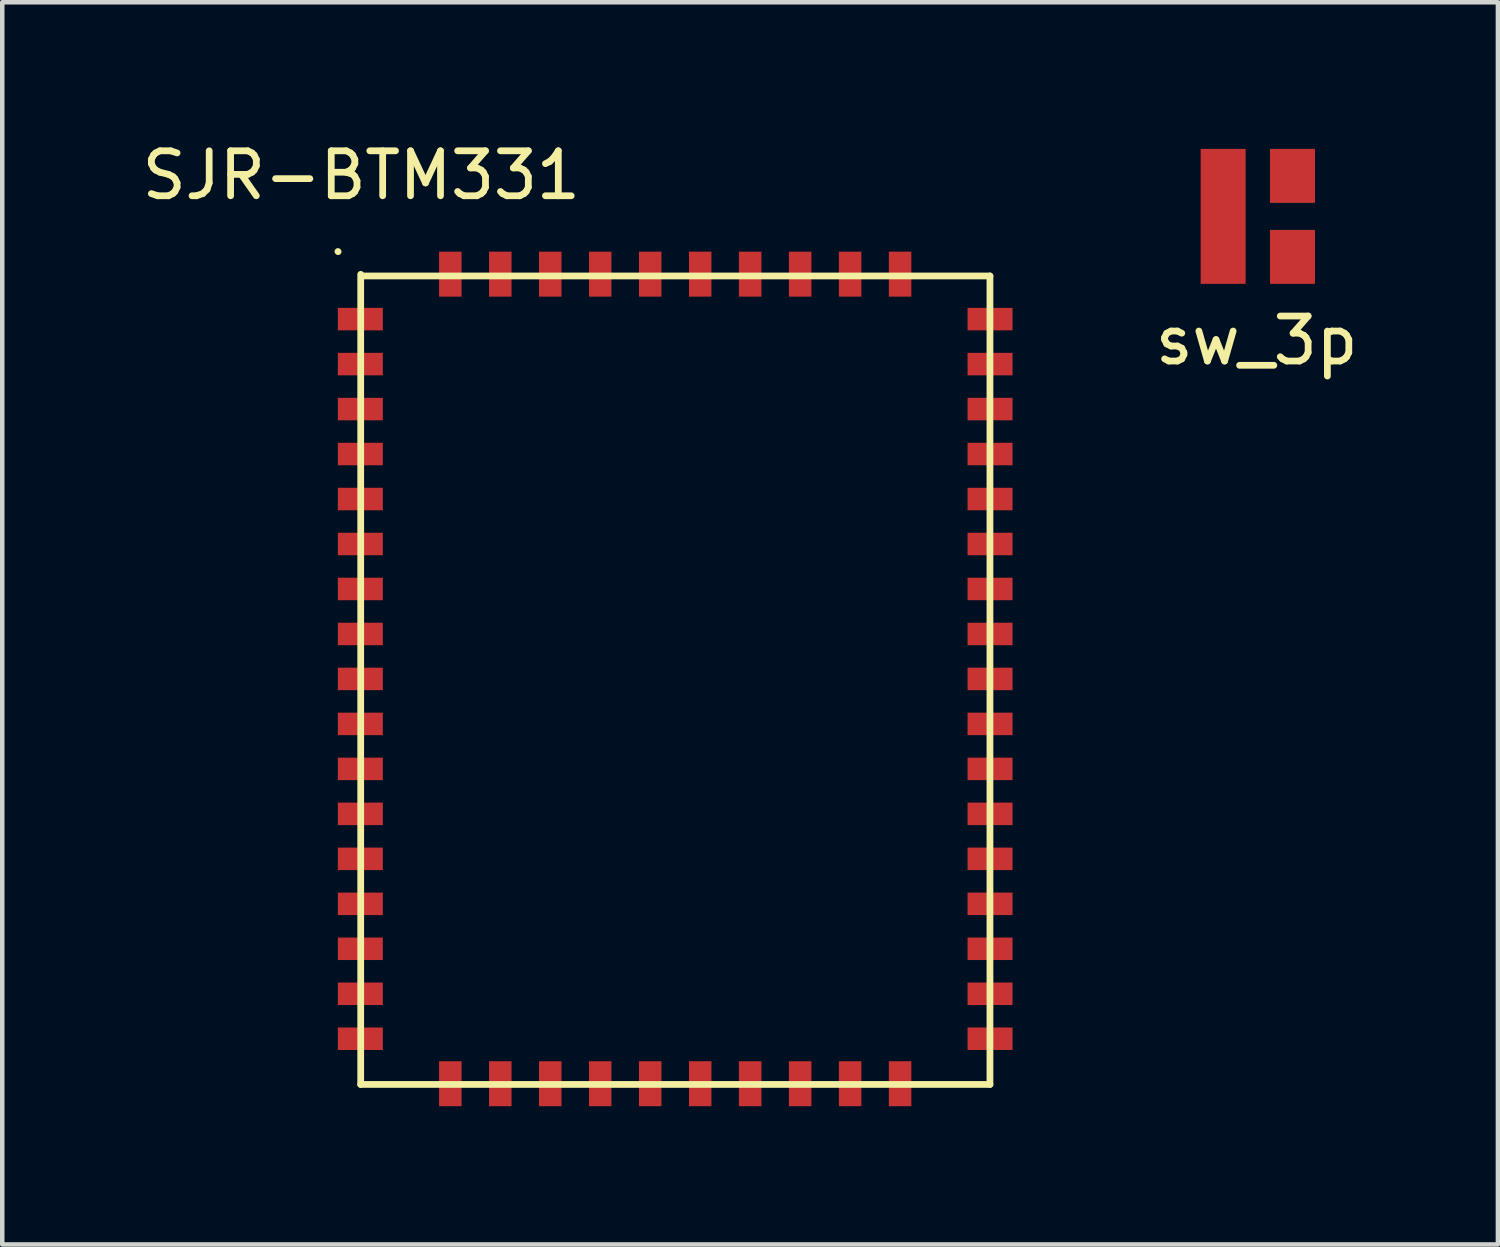
<source format=kicad_pcb>
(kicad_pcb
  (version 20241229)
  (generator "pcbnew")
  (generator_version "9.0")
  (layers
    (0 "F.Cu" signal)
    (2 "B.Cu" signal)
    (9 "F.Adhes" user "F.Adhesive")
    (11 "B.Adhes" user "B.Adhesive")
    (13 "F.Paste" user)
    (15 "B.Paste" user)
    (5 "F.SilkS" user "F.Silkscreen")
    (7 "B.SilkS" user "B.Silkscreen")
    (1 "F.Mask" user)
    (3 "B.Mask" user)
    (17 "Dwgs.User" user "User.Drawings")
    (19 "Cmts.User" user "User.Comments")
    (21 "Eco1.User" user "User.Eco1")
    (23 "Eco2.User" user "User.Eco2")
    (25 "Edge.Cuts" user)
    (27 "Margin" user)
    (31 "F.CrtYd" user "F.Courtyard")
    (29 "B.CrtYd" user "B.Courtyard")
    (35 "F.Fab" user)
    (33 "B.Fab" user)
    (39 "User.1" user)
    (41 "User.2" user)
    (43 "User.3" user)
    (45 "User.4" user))
  (footprint "SJR-BTM331"
    (layer "F.Cu")
    (at 4.962 3.045)
    (property "Reference" "SJR-BTM331" (at 0.02 -2.197 0) (layer "F.SilkS") (effects (font (size 1 1) (thickness 0.15))))
    (attr through_hole)
    (fp_line (start -0.498 -0.503) (end -0.495 -0.5) (stroke (width 0.15) (type solid)) (layer "F.SilkS"))
    (fp_line (start 0.008 0.005) (end 0.008 18.016) (stroke (width 0.15) (type solid)) (layer "F.SilkS"))
    (fp_line (start 0.008 18.016) (end 13.998 18.016) (stroke (width 0.15) (type solid)) (layer "F.SilkS"))
    (fp_line (start 13.998 0.041) (end 0.023 0.041) (stroke (width 0.15) (type solid)) (layer "F.SilkS"))
    (fp_line (start 13.998 18.016) (end 13.998 0.041) (stroke (width 0.15) (type solid)) (layer "F.SilkS"))
    (fp_line (start -0.503 -0.511) (end -0.503 18.499) (stroke (width 0.15) (type solid)) (layer "Margin"))
    (fp_line (start -0.503 18.499) (end 14.491 18.499) (stroke (width 0.15) (type solid)) (layer "Margin"))
    (fp_line (start 14.491 -0.5) (end -0.495 -0.5) (stroke (width 0.15) (type solid)) (layer "Margin"))
    (fp_line (start 14.491 18.499) (end 14.491 -0.5) (stroke (width 0.15) (type solid)) (layer "Margin"))
    (pad "1" smd rect (at 0 1) (size 1 0.5) (layers "F.Cu" "F.Mask" "F.Paste"))
    (pad "2" smd rect (at 0 2) (size 1 0.5) (layers "F.Cu" "F.Mask" "F.Paste"))
    (pad "3" smd rect (at 0 3) (size 1 0.5) (layers "F.Cu" "F.Mask" "F.Paste"))
    (pad "4" smd rect (at 0 4) (size 1 0.5) (layers "F.Cu" "F.Mask" "F.Paste"))
    (pad "5" smd rect (at 0 5) (size 1 0.5) (layers "F.Cu" "F.Mask" "F.Paste"))
    (pad "6" smd rect (at 0 6) (size 1 0.5) (layers "F.Cu" "F.Mask" "F.Paste"))
    (pad "7" smd rect (at 0 7) (size 1 0.5) (layers "F.Cu" "F.Mask" "F.Paste"))
    (pad "8" smd rect (at 0 8) (size 1 0.5) (layers "F.Cu" "F.Mask" "F.Paste"))
    (pad "9" smd rect (at 0 9) (size 1 0.5) (layers "F.Cu" "F.Mask" "F.Paste"))
    (pad "10" smd rect (at 0 10) (size 1 0.5) (layers "F.Cu" "F.Mask" "F.Paste"))
    (pad "11" smd rect (at 0 11) (size 1 0.5) (layers "F.Cu" "F.Mask" "F.Paste"))
    (pad "12" smd rect (at 0 12) (size 1 0.5) (layers "F.Cu" "F.Mask" "F.Paste"))
    (pad "13" smd rect (at 0 13) (size 1 0.5) (layers "F.Cu" "F.Mask" "F.Paste"))
    (pad "14" smd rect (at 0 14) (size 1 0.5) (layers "F.Cu" "F.Mask" "F.Paste"))
    (pad "15" smd rect (at 0 15) (size 1 0.5) (layers "F.Cu" "F.Mask" "F.Paste"))
    (pad "16" smd rect (at 0 16) (size 1 0.5) (layers "F.Cu" "F.Mask" "F.Paste"))
    (pad "17" smd rect (at 0 17) (size 1 0.5) (layers "F.Cu" "F.Mask" "F.Paste"))
    (pad "18" smd rect (at 2 18) (size 0.5 1) (layers "F.Cu" "F.Mask" "F.Paste"))
    (pad "19" smd rect (at 3.111 18) (size 0.5 1) (layers "F.Cu" "F.Mask" "F.Paste"))
    (pad "20" smd rect (at 4.222 18) (size 0.5 1) (layers "F.Cu" "F.Mask" "F.Paste"))
    (pad "21" smd rect (at 5.333 18) (size 0.5 1) (layers "F.Cu" "F.Mask" "F.Paste"))
    (pad "22" smd rect (at 6.444 18) (size 0.5 1) (layers "F.Cu" "F.Mask" "F.Paste"))
    (pad "23" smd rect (at 7.556 18) (size 0.5 1) (layers "F.Cu" "F.Mask" "F.Paste"))
    (pad "24" smd rect (at 8.667 18) (size 0.5 1) (layers "F.Cu" "F.Mask" "F.Paste"))
    (pad "25" smd rect (at 9.778 18) (size 0.5 1) (layers "F.Cu" "F.Mask" "F.Paste"))
    (pad "26" smd rect (at 10.889 18) (size 0.5 1) (layers "F.Cu" "F.Mask" "F.Paste"))
    (pad "27" smd rect (at 12 18) (size 0.5 1) (layers "F.Cu" "F.Mask" "F.Paste"))
    (pad "28" smd rect (at 14 17) (size 1 0.5) (layers "F.Cu" "F.Mask" "F.Paste"))
    (pad "29" smd rect (at 14 16) (size 1 0.5) (layers "F.Cu" "F.Mask" "F.Paste"))
    (pad "30" smd rect (at 14 15) (size 1 0.5) (layers "F.Cu" "F.Mask" "F.Paste"))
    (pad "31" smd rect (at 14 14) (size 1 0.5) (layers "F.Cu" "F.Mask" "F.Paste"))
    (pad "32" smd rect (at 14 13) (size 1 0.5) (layers "F.Cu" "F.Mask" "F.Paste"))
    (pad "33" smd rect (at 14 12) (size 1 0.5) (layers "F.Cu" "F.Mask" "F.Paste"))
    (pad "34" smd rect (at 14 11) (size 1 0.5) (layers "F.Cu" "F.Mask" "F.Paste"))
    (pad "35" smd rect (at 14 10) (size 1 0.5) (layers "F.Cu" "F.Mask" "F.Paste"))
    (pad "36" smd rect (at 14 9) (size 1 0.5) (layers "F.Cu" "F.Mask" "F.Paste"))
    (pad "37" smd rect (at 14 8) (size 1 0.5) (layers "F.Cu" "F.Mask" "F.Paste"))
    (pad "38" smd rect (at 14 7) (size 1 0.5) (layers "F.Cu" "F.Mask" "F.Paste"))
    (pad "39" smd rect (at 14 6) (size 1 0.5) (layers "F.Cu" "F.Mask" "F.Paste"))
    (pad "40" smd rect (at 14 5) (size 1 0.5) (layers "F.Cu" "F.Mask" "F.Paste"))
    (pad "41" smd rect (at 14 4) (size 1 0.5) (layers "F.Cu" "F.Mask" "F.Paste"))
    (pad "42" smd rect (at 14 3) (size 1 0.5) (layers "F.Cu" "F.Mask" "F.Paste"))
    (pad "43" smd rect (at 14 2) (size 1 0.5) (layers "F.Cu" "F.Mask" "F.Paste"))
    (pad "44" smd rect (at 14 1) (size 1 0.5) (layers "F.Cu" "F.Mask" "F.Paste"))
    (pad "45" smd rect (at 12 0) (size 0.5 1) (layers "F.Cu" "F.Mask" "F.Paste"))
    (pad "46" smd rect (at 10.889 0) (size 0.5 1) (layers "F.Cu" "F.Mask" "F.Paste"))
    (pad "47" smd rect (at 9.778 0) (size 0.5 1) (layers "F.Cu" "F.Mask" "F.Paste"))
    (pad "48" smd rect (at 8.667 0) (size 0.5 1) (layers "F.Cu" "F.Mask" "F.Paste"))
    (pad "49" smd rect (at 7.556 0) (size 0.5 1) (layers "F.Cu" "F.Mask" "F.Paste"))
    (pad "50" smd rect (at 6.444 0) (size 0.5 1) (layers "F.Cu" "F.Mask" "F.Paste"))
    (pad "51" smd rect (at 5.333 0) (size 0.5 1) (layers "F.Cu" "F.Mask" "F.Paste"))
    (pad "52" smd rect (at 4.222 0) (size 0.5 1) (layers "F.Cu" "F.Mask" "F.Paste"))
    (pad "53" smd rect (at 3.111 0) (size 0.5 1) (layers "F.Cu" "F.Mask" "F.Paste"))
    (pad "54" smd rect (at 2 0) (size 0.5 1) (layers "F.Cu" "F.Mask" "F.Paste")))
  (footprint "sw_3p"
    (layer "F.Cu")
    (at 24.845 0.25)
    (property "Reference" "sw_3p" (at 0.046 4.272 0) (layer "F.SilkS") (effects (font (size 1 1) (thickness 0.15))))
    (attr through_hole)
    (pad "1" smd rect (at -0.7 1.511) (size 1 3) (layers "F.Cu" "F.Mask" "F.Paste"))
    (pad "2" smd rect (at 0.841 0.611) (size 1 1.2) (layers "F.Cu" "F.Mask" "F.Paste"))
    (pad "3" smd rect (at 0.841 2.411) (size 1 1.2) (layers "F.Cu" "F.Mask" "F.Paste")))
  (gr_rect
    (start -3 -3)
    (end 30.254 24.619)
    (stroke (width 0.1) (type default))
    (fill no)
    (layer "Edge.Cuts")))
</source>
